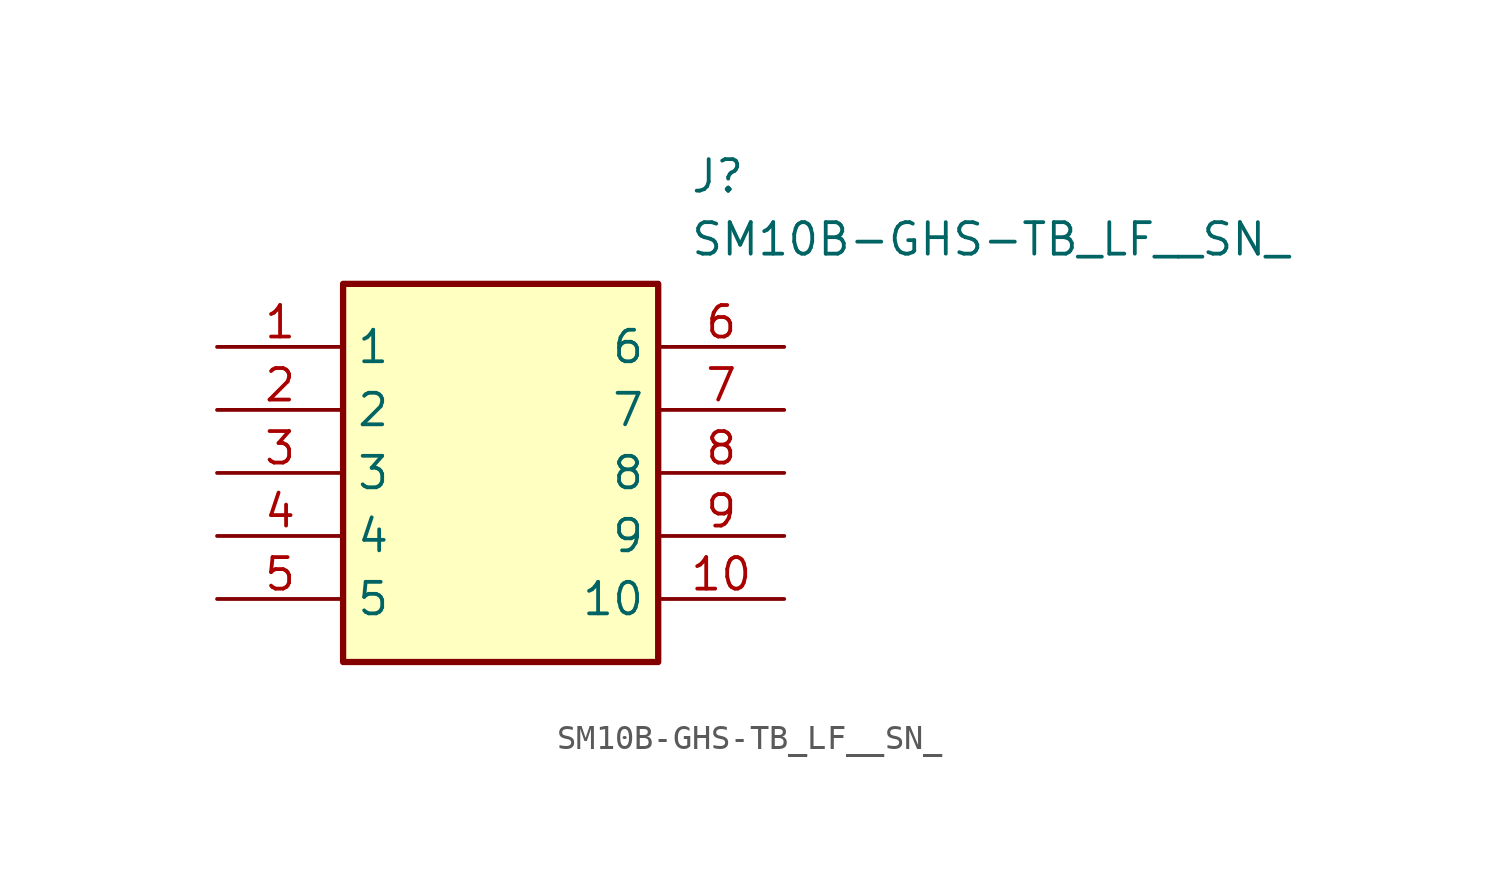
<source format=kicad_sym>
(kicad_symbol_lib
  (version 20211014)
  (generator SamacSys_ECAD_Model)
  (symbol "SM10B-GHS-TB_LF__SN_"
    (property "Reference" "J"
      (at 19.05 7.62 0)
      (effects (font (size 1.27 1.27)) (justify left top)))
    (property "Value" "SM10B-GHS-TB_LF__SN_"
      (at 19.05 5.08 0)
      (effects (font (size 1.27 1.27)) (justify left top)))
    (rectangle
      (start 5.08 2.54)
      (end 17.78 -12.7)
      (stroke (width 0.254) (type default))
      (fill (type background)))
    (pin passive line
      (at 0 0 0)
      (length 5.08)
      (name "1" (effects (font (size 1.27 1.27))))
      (number "1" (effects (font (size 1.27 1.27)))))
    (pin passive line
      (at 0 -2.54 0)
      (length 5.08)
      (name "2" (effects (font (size 1.27 1.27))))
      (number "2" (effects (font (size 1.27 1.27)))))
    (pin passive line
      (at 0 -5.08 0)
      (length 5.08)
      (name "3" (effects (font (size 1.27 1.27))))
      (number "3" (effects (font (size 1.27 1.27)))))
    (pin passive line
      (at 0 -7.62 0)
      (length 5.08)
      (name "4" (effects (font (size 1.27 1.27))))
      (number "4" (effects (font (size 1.27 1.27)))))
    (pin passive line
      (at 0 -10.16 0)
      (length 5.08)
      (name "5" (effects (font (size 1.27 1.27))))
      (number "5" (effects (font (size 1.27 1.27)))))
    (pin passive line
      (at 22.86 0 180)
      (length 5.08)
      (name "6" (effects (font (size 1.27 1.27))))
      (number "6" (effects (font (size 1.27 1.27)))))
    (pin passive line
      (at 22.86 -2.54 180)
      (length 5.08)
      (name "7" (effects (font (size 1.27 1.27))))
      (number "7" (effects (font (size 1.27 1.27)))))
    (pin passive line
      (at 22.86 -5.08 180)
      (length 5.08)
      (name "8" (effects (font (size 1.27 1.27))))
      (number "8" (effects (font (size 1.27 1.27)))))
    (pin passive line
      (at 22.86 -7.62 180)
      (length 5.08)
      (name "9" (effects (font (size 1.27 1.27))))
      (number "9" (effects (font (size 1.27 1.27)))))
    (pin passive line
      (at 22.86 -10.16 180)
      (length 5.08)
      (name "10" (effects (font (size 1.27 1.27))))
      (number "10" (effects (font (size 1.27 1.27)))))))
</source>
